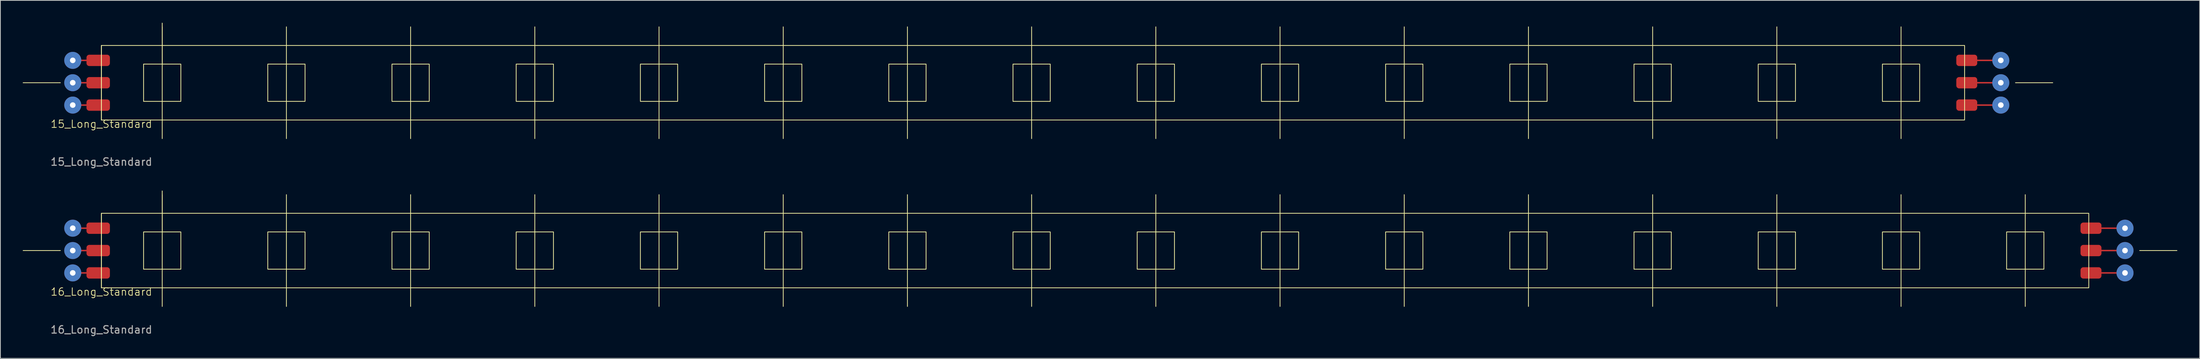
<source format=kicad_pcb>
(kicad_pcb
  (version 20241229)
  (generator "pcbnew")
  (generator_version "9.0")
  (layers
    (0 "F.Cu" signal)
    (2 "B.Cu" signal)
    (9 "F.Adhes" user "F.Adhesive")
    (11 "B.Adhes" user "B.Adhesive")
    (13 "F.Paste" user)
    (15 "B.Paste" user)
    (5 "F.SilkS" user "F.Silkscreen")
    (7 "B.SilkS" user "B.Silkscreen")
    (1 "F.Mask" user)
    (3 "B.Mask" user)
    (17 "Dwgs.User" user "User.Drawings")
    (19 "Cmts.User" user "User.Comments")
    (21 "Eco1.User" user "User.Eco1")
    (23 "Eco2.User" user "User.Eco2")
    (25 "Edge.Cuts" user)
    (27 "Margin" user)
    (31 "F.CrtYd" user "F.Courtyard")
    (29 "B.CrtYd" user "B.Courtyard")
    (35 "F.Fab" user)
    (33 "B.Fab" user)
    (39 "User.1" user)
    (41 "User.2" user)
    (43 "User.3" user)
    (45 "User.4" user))
  (footprint "15_Long_Standard"
    (layer "F.Cu")
    (at 18.708 8.05)
    (property "Reference" "15_Long_Standard" (at -8.158 5.54 0) (unlocked yes) (layer "F.SilkS") (effects (font (size 1 1) (thickness 0.1))))
    (attr smd)
    (fp_line (start -11.015 0) (end -10.158 0) (stroke (width 0.2) (type default)) (layer "F.Cu"))
    (fp_line (start -11 3) (end -10.143 3) (stroke (width 0.2) (type default)) (layer "F.Cu"))
    (fp_line (start -10.857 -3) (end -10 -3) (stroke (width 0.2) (type default)) (layer "F.Cu"))
    (fp_line (start 245.477 0) (end 243.462 0) (stroke (width 0.2) (type default)) (layer "F.Cu"))
    (fp_line (start 245.627 -3) (end 243.462 -3) (stroke (width 0.2) (type default)) (layer "F.Cu"))
    (fp_line (start 245.703 3) (end 243.462 3) (stroke (width 0.2) (type default)) (layer "F.Cu"))
    (fp_line (start -13.658 0) (end -18.658 0) (stroke (width 0.1) (type default)) (layer "F.SilkS"))
    (fp_line (start -8.158 -5) (end -8.158 5) (stroke (width 0.1) (type default)) (layer "F.SilkS"))
    (fp_line (start 0 -2.5) (end 0 -8) (stroke (width 0.1) (type default)) (layer "F.SilkS"))
    (fp_line (start 0 7.5) (end 0 -7.5) (stroke (width 0.1) (type default)) (layer "F.SilkS"))
    (fp_line (start 16.66 7.5) (end 16.66 -7.5) (stroke (width 0.1) (type default)) (layer "F.SilkS"))
    (fp_line (start 33.32 7.5) (end 33.32 -7.5) (stroke (width 0.1) (type default)) (layer "F.SilkS"))
    (fp_line (start 49.98 7.5) (end 49.98 -7.5) (stroke (width 0.1) (type default)) (layer "F.SilkS"))
    (fp_line (start 66.64 7.5) (end 66.64 -7.5) (stroke (width 0.1) (type default)) (layer "F.SilkS"))
    (fp_line (start 83.3 7.5) (end 83.3 -7.5) (stroke (width 0.1) (type default)) (layer "F.SilkS"))
    (fp_line (start 99.96 7.5) (end 99.96 -7.5) (stroke (width 0.1) (type default)) (layer "F.SilkS"))
    (fp_line (start 116.62 7.5) (end 116.62 -7.5) (stroke (width 0.1) (type default)) (layer "F.SilkS"))
    (fp_line (start 133.28 7.5) (end 133.28 -7.5) (stroke (width 0.1) (type default)) (layer "F.SilkS"))
    (fp_line (start 149.94 7.5) (end 149.94 -7.5) (stroke (width 0.1) (type default)) (layer "F.SilkS"))
    (fp_line (start 166.6 7.5) (end 166.6 -7.5) (stroke (width 0.1) (type default)) (layer "F.SilkS"))
    (fp_line (start 183.26 7.5) (end 183.26 -7.5) (stroke (width 0.1) (type default)) (layer "F.SilkS"))
    (fp_line (start 199.92 7.5) (end 199.92 -7.5) (stroke (width 0.1) (type default)) (layer "F.SilkS"))
    (fp_line (start 216.58 7.5) (end 216.58 -7.5) (stroke (width 0.1) (type default)) (layer "F.SilkS"))
    (fp_line (start 233.24 7.5) (end 233.24 -7.5) (stroke (width 0.1) (type default)) (layer "F.SilkS"))
    (fp_line (start 248.587 0) (end 253.587 0) (stroke (width 0.1) (type default)) (layer "F.SilkS"))
    (fp_rect (start -8.16 -5) (end 241.762 5) (stroke (width 0.1) (type default)) (fill no) (layer "F.SilkS"))
    (fp_rect (start -2.5 -2.5) (end 2.5 2.5) (stroke (width 0.1) (type default)) (fill no) (layer "F.SilkS"))
    (fp_rect (start 14.16 -2.5) (end 19.16 2.5) (stroke (width 0.1) (type default)) (fill no) (layer "F.SilkS"))
    (fp_rect (start 30.82 -2.5) (end 35.82 2.5) (stroke (width 0.1) (type default)) (fill no) (layer "F.SilkS"))
    (fp_rect (start 47.48 -2.5) (end 52.48 2.5) (stroke (width 0.1) (type default)) (fill no) (layer "F.SilkS"))
    (fp_rect (start 64.14 -2.5) (end 69.14 2.5) (stroke (width 0.1) (type default)) (fill no) (layer "F.SilkS"))
    (fp_rect (start 80.8 -2.5) (end 85.8 2.5) (stroke (width 0.1) (type default)) (fill no) (layer "F.SilkS"))
    (fp_rect (start 97.46 -2.5) (end 102.46 2.5) (stroke (width 0.1) (type default)) (fill no) (layer "F.SilkS"))
    (fp_rect (start 114.12 -2.5) (end 119.12 2.5) (stroke (width 0.1) (type default)) (fill no) (layer "F.SilkS"))
    (fp_rect (start 130.78 -2.5) (end 135.78 2.5) (stroke (width 0.1) (type default)) (fill no) (layer "F.SilkS"))
    (fp_rect (start 147.44 -2.5) (end 152.44 2.5) (stroke (width 0.1) (type default)) (fill no) (layer "F.SilkS"))
    (fp_rect (start 164.1 -2.5) (end 169.1 2.5) (stroke (width 0.1) (type default)) (fill no) (layer "F.SilkS"))
    (fp_rect (start 180.76 -2.5) (end 185.76 2.5) (stroke (width 0.1) (type default)) (fill no) (layer "F.SilkS"))
    (fp_rect (start 197.42 -2.5) (end 202.42 2.5) (stroke (width 0.1) (type default)) (fill no) (layer "F.SilkS"))
    (fp_rect (start 214.08 -2.5) (end 219.08 2.5) (stroke (width 0.1) (type default)) (fill no) (layer "F.SilkS"))
    (fp_rect (start 230.74 -2.5) (end 235.74 2.5) (stroke (width 0.1) (type default)) (fill no) (layer "F.SilkS"))
    (fp_text user "${REFERENCE}" (at -8.158 10.62 0) (unlocked yes) (layer "F.Fab") (effects (font (size 1 1) (thickness 0.15))))
    (pad "1" smd roundrect (at -8.586 3) (size 3.143 1.524) (layers "F.Cu" "F.Mask" "F.Paste") (roundrect_rratio 0.25))
    (pad "2" smd roundrect (at -8.586 0) (size 3.143 1.524) (layers "F.Cu" "F.Mask" "F.Paste") (roundrect_rratio 0.25))
    (pad "3" smd roundrect (at -8.586 -3) (size 3.143 1.524) (layers "F.Cu" "F.Mask" "F.Paste") (roundrect_rratio 0.25))
    (pad "4" smd roundrect (at 242.055 3) (size 2.813 1.524) (layers "F.Cu" "F.Mask" "F.Paste") (roundrect_rratio 0.25))
    (pad "5" smd roundrect (at 242.055 0) (size 2.813 1.524) (layers "F.Cu" "F.Mask" "F.Paste") (roundrect_rratio 0.25))
    (pad "6" smd roundrect (at 242.055 -3) (size 2.813 1.524) (layers "F.Cu" "F.Mask" "F.Paste") (roundrect_rratio 0.25))
    (pad "10" thru_hole circle (at -12 -3 90) (size 2.286 2.286) (drill 0.75) (layers "*.Cu" "*.Mask"))
    (pad "10" thru_hole circle (at -12 0 90) (size 2.286 2.286) (drill 0.75) (layers "*.Cu" "*.Mask"))
    (pad "10" thru_hole circle (at -12 3 90) (size 2.286 2.286) (drill 0.75) (layers "*.Cu" "*.Mask"))
    (pad "11" thru_hole circle (at 246.62 -3) (size 2.286 2.286) (drill 0.75) (layers "*.Cu" "*.Mask"))
    (pad "11" thru_hole circle (at 246.62 0) (size 2.286 2.286) (drill 0.75) (layers "*.Cu" "*.Mask"))
    (pad "11" thru_hole circle (at 246.62 3) (size 2.286 2.286) (drill 0.75) (layers "*.Cu" "*.Mask")))
  (footprint "16_Long_Standard"
    (layer "F.Cu")
    (at 18.708 30.568)
    (property "Reference" "16_Long_Standard" (at -8.158 5.54 0) (unlocked yes) (layer "F.SilkS") (effects (font (size 1 1) (thickness 0.1))))
    (attr smd)
    (fp_line (start -11.015 0) (end -10.158 0) (stroke (width 0.2) (type default)) (layer "F.Cu"))
    (fp_line (start -11 3) (end -10.143 3) (stroke (width 0.2) (type default)) (layer "F.Cu"))
    (fp_line (start -10.857 -3) (end -10 -3) (stroke (width 0.2) (type default)) (layer "F.Cu"))
    (fp_line (start 262.137 0) (end 260.122 0) (stroke (width 0.2) (type default)) (layer "F.Cu"))
    (fp_line (start 262.288 -3) (end 260.122 -3) (stroke (width 0.2) (type default)) (layer "F.Cu"))
    (fp_line (start 262.363 3) (end 260.122 3) (stroke (width 0.2) (type default)) (layer "F.Cu"))
    (fp_line (start -13.658 0) (end -18.658 0) (stroke (width 0.1) (type default)) (layer "F.SilkS"))
    (fp_line (start -8.158 -5) (end -8.158 5) (stroke (width 0.1) (type default)) (layer "F.SilkS"))
    (fp_line (start 0 -2.5) (end 0 -8) (stroke (width 0.1) (type default)) (layer "F.SilkS"))
    (fp_line (start 0 7.5) (end 0 -7.5) (stroke (width 0.1) (type default)) (layer "F.SilkS"))
    (fp_line (start 16.66 7.5) (end 16.66 -7.5) (stroke (width 0.1) (type default)) (layer "F.SilkS"))
    (fp_line (start 33.32 7.5) (end 33.32 -7.5) (stroke (width 0.1) (type default)) (layer "F.SilkS"))
    (fp_line (start 49.98 7.5) (end 49.98 -7.5) (stroke (width 0.1) (type default)) (layer "F.SilkS"))
    (fp_line (start 66.64 7.5) (end 66.64 -7.5) (stroke (width 0.1) (type default)) (layer "F.SilkS"))
    (fp_line (start 83.3 7.5) (end 83.3 -7.5) (stroke (width 0.1) (type default)) (layer "F.SilkS"))
    (fp_line (start 99.96 7.5) (end 99.96 -7.5) (stroke (width 0.1) (type default)) (layer "F.SilkS"))
    (fp_line (start 116.62 7.5) (end 116.62 -7.5) (stroke (width 0.1) (type default)) (layer "F.SilkS"))
    (fp_line (start 133.28 7.5) (end 133.28 -7.5) (stroke (width 0.1) (type default)) (layer "F.SilkS"))
    (fp_line (start 149.94 7.5) (end 149.94 -7.5) (stroke (width 0.1) (type default)) (layer "F.SilkS"))
    (fp_line (start 166.6 7.5) (end 166.6 -7.5) (stroke (width 0.1) (type default)) (layer "F.SilkS"))
    (fp_line (start 183.26 7.5) (end 183.26 -7.5) (stroke (width 0.1) (type default)) (layer "F.SilkS"))
    (fp_line (start 199.92 7.5) (end 199.92 -7.5) (stroke (width 0.1) (type default)) (layer "F.SilkS"))
    (fp_line (start 216.58 7.5) (end 216.58 -7.5) (stroke (width 0.1) (type default)) (layer "F.SilkS"))
    (fp_line (start 233.24 7.5) (end 233.24 -7.5) (stroke (width 0.1) (type default)) (layer "F.SilkS"))
    (fp_line (start 249.9 7.5) (end 249.9 -7.5) (stroke (width 0.1) (type default)) (layer "F.SilkS"))
    (fp_line (start 265.247 0) (end 270.247 0) (stroke (width 0.1) (type default)) (layer "F.SilkS"))
    (fp_rect (start -8.159 -5) (end 258.422 5) (stroke (width 0.1) (type default)) (fill no) (layer "F.SilkS"))
    (fp_rect (start -2.5 -2.5) (end 2.5 2.5) (stroke (width 0.1) (type default)) (fill no) (layer "F.SilkS"))
    (fp_rect (start 14.16 -2.5) (end 19.16 2.5) (stroke (width 0.1) (type default)) (fill no) (layer "F.SilkS"))
    (fp_rect (start 30.82 -2.5) (end 35.82 2.5) (stroke (width 0.1) (type default)) (fill no) (layer "F.SilkS"))
    (fp_rect (start 47.48 -2.5) (end 52.48 2.5) (stroke (width 0.1) (type default)) (fill no) (layer "F.SilkS"))
    (fp_rect (start 64.14 -2.5) (end 69.14 2.5) (stroke (width 0.1) (type default)) (fill no) (layer "F.SilkS"))
    (fp_rect (start 80.8 -2.5) (end 85.8 2.5) (stroke (width 0.1) (type default)) (fill no) (layer "F.SilkS"))
    (fp_rect (start 97.46 -2.5) (end 102.46 2.5) (stroke (width 0.1) (type default)) (fill no) (layer "F.SilkS"))
    (fp_rect (start 114.12 -2.5) (end 119.12 2.5) (stroke (width 0.1) (type default)) (fill no) (layer "F.SilkS"))
    (fp_rect (start 130.78 -2.5) (end 135.78 2.5) (stroke (width 0.1) (type default)) (fill no) (layer "F.SilkS"))
    (fp_rect (start 147.44 -2.5) (end 152.44 2.5) (stroke (width 0.1) (type default)) (fill no) (layer "F.SilkS"))
    (fp_rect (start 164.1 -2.5) (end 169.1 2.5) (stroke (width 0.1) (type default)) (fill no) (layer "F.SilkS"))
    (fp_rect (start 180.76 -2.5) (end 185.76 2.5) (stroke (width 0.1) (type default)) (fill no) (layer "F.SilkS"))
    (fp_rect (start 197.42 -2.5) (end 202.42 2.5) (stroke (width 0.1) (type default)) (fill no) (layer "F.SilkS"))
    (fp_rect (start 214.08 -2.5) (end 219.08 2.5) (stroke (width 0.1) (type default)) (fill no) (layer "F.SilkS"))
    (fp_rect (start 230.74 -2.5) (end 235.74 2.5) (stroke (width 0.1) (type default)) (fill no) (layer "F.SilkS"))
    (fp_rect (start 247.4 -2.5) (end 252.4 2.5) (stroke (width 0.1) (type default)) (fill no) (layer "F.SilkS"))
    (fp_text user "${REFERENCE}" (at -8.158 10.62 0) (unlocked yes) (layer "F.Fab") (effects (font (size 1 1) (thickness 0.15))))
    (pad "1" smd roundrect (at -8.586 3) (size 3.143 1.524) (layers "F.Cu" "F.Mask" "F.Paste") (roundrect_rratio 0.25))
    (pad "2" smd roundrect (at -8.586 0) (size 3.143 1.524) (layers "F.Cu" "F.Mask" "F.Paste") (roundrect_rratio 0.25))
    (pad "3" smd roundrect (at -8.586 -3) (size 3.143 1.524) (layers "F.Cu" "F.Mask" "F.Paste") (roundrect_rratio 0.25))
    (pad "4" smd roundrect (at 258.716 3) (size 2.813 1.524) (layers "F.Cu" "F.Mask" "F.Paste") (roundrect_rratio 0.25))
    (pad "5" smd roundrect (at 258.716 0) (size 2.813 1.524) (layers "F.Cu" "F.Mask" "F.Paste") (roundrect_rratio 0.25))
    (pad "6" smd roundrect (at 258.716 -3) (size 2.813 1.524) (layers "F.Cu" "F.Mask" "F.Paste") (roundrect_rratio 0.25))
    (pad "10" thru_hole circle (at -12 -3 90) (size 2.286 2.286) (drill 0.75) (layers "*.Cu" "*.Mask"))
    (pad "10" thru_hole circle (at -12 0 90) (size 2.286 2.286) (drill 0.75) (layers "*.Cu" "*.Mask"))
    (pad "10" thru_hole circle (at -12 3 90) (size 2.286 2.286) (drill 0.75) (layers "*.Cu" "*.Mask"))
    (pad "11" thru_hole circle (at 263.28 -3) (size 2.286 2.286) (drill 0.75) (layers "*.Cu" "*.Mask"))
    (pad "11" thru_hole circle (at 263.28 0) (size 2.286 2.286) (drill 0.75) (layers "*.Cu" "*.Mask"))
    (pad "11" thru_hole circle (at 263.28 3) (size 2.286 2.286) (drill 0.75) (layers "*.Cu" "*.Mask")))
  (gr_rect
    (start -3 -3)
    (end 292.005 45.036)
    (stroke (width 0.1) (type default))
    (fill no)
    (layer "Edge.Cuts")))
</source>
